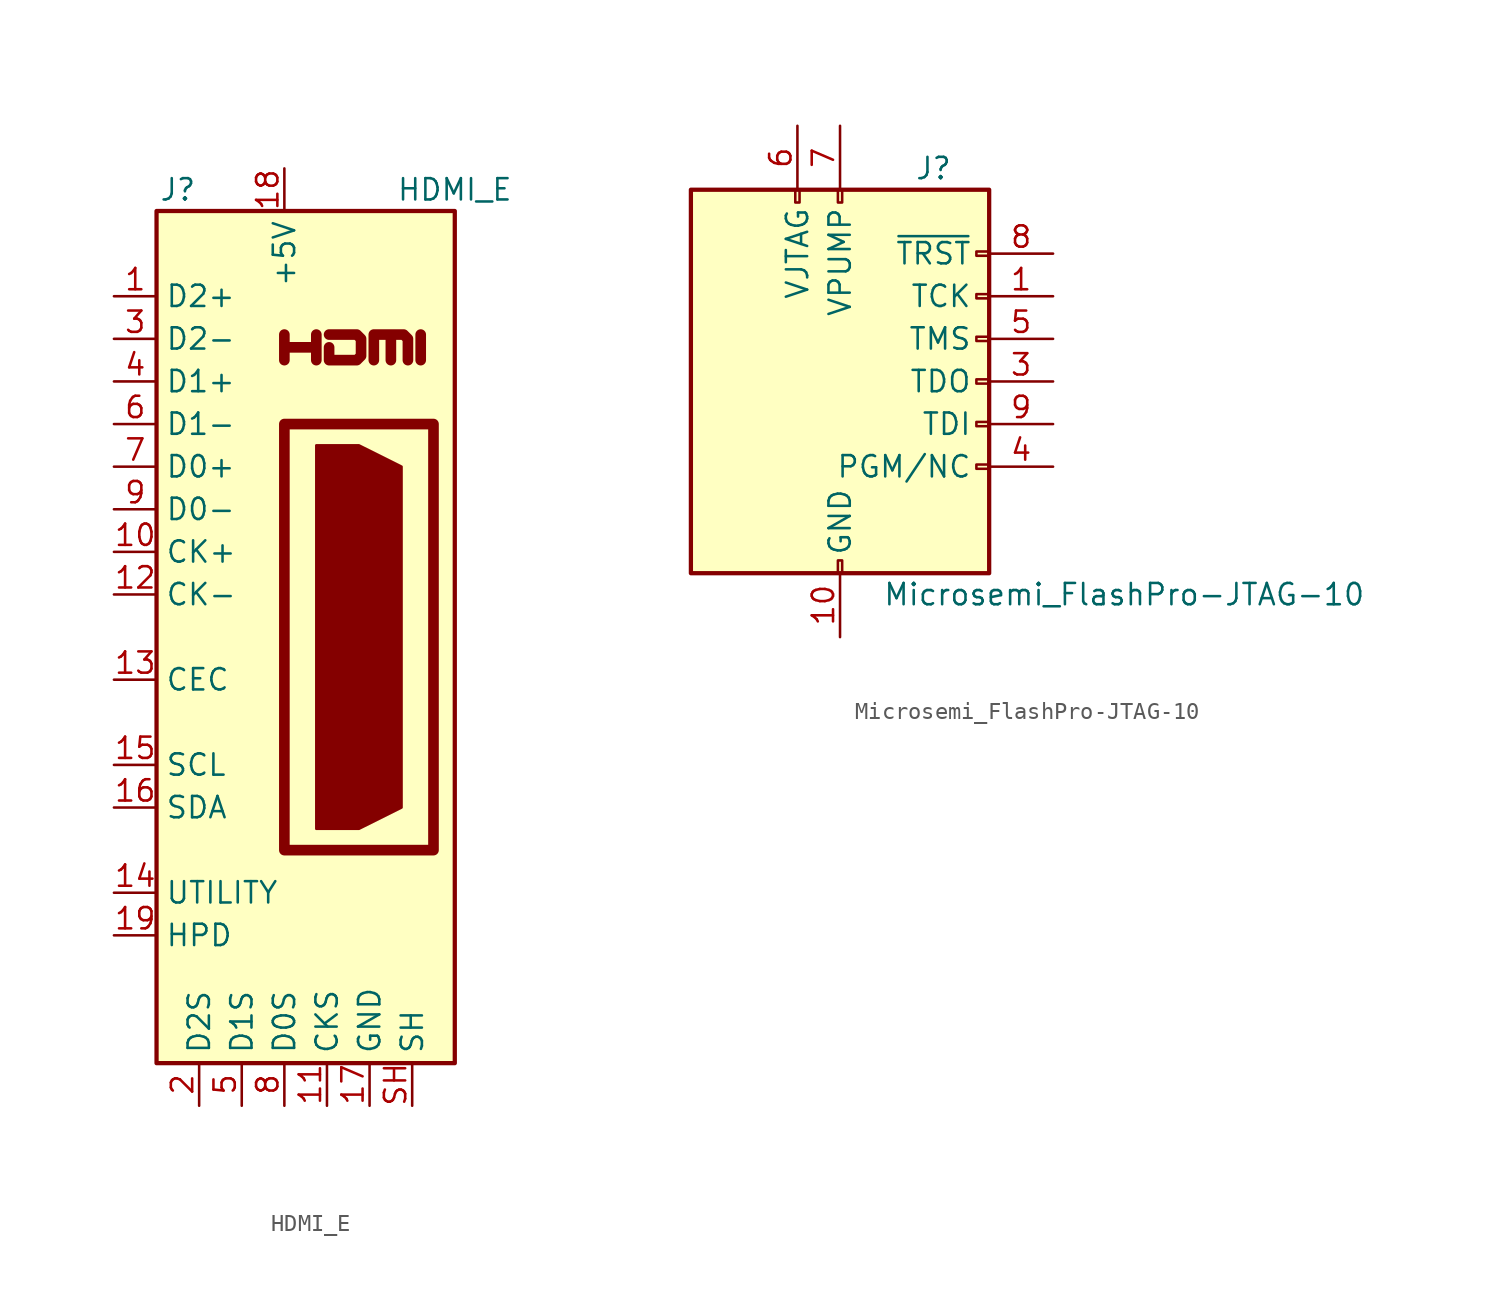
<source format=kicad_sym>
(kicad_symbol_lib
  (version 20200908)
  (generator kicad_symbol_editor)
  (symbol "Connector:HDMI_E"
    (property "Reference" "J"
      (at -6.35 26.67 0)
      (effects (font (size 1.27 1.27))))
    (property "Value" "HDMI_E"
      (at 10.16 26.67 0)
      (effects (font (size 1.27 1.27))))
    (symbol "HDMI_E_0_1"
      (rectangle (start -7.62 25.4) (end 10.16 -25.4) (stroke (width 0.254)) (fill (type background)))
      (rectangle (start 0 12.7) (end 8.89 -12.7) (stroke (width 0.635)) (fill (type none)))
      (polyline (pts (xy 1.905 11.43) (xy 4.445 11.43) (xy 6.985 10.16) (xy 6.985 -10.16) (xy 4.445 -11.43) (xy 1.905 -11.43) (xy 1.905 11.43)) (stroke (width 0)) (fill (type outline)))
      (polyline (pts (xy 5.334 16.51) (xy 5.334 18.034) (xy 6.35 18.034) (xy 6.35 16.51) (xy 6.35 18.034) (xy 7.112 18.034) (xy 7.366 17.78) (xy 7.366 16.51)) (stroke (width 0.635)) (fill (type none))))
    (symbol "HDMI_E_0_0"
      (polyline (pts (xy 8.128 16.51) (xy 8.128 18.034)) (stroke (width 0.635)) (fill (type none)))
      (polyline (pts (xy 0 16.51) (xy 0 18.034) (xy 0 17.272) (xy 1.905 17.272) (xy 1.905 18.034) (xy 1.905 16.51)) (stroke (width 0.635)) (fill (type none)))
      (polyline (pts (xy 2.667 18.034) (xy 4.318 18.034) (xy 4.572 17.78) (xy 4.572 16.764) (xy 4.318 16.51) (xy 2.667 16.51) (xy 2.667 17.272)) (stroke (width 0.635)) (fill (type none))))
    (symbol "HDMI_E_1_1"
      (pin passive line (at -10.16 20.32 0) (length 2.54) (name "D2+" (effects (font (size 1.27 1.27)))) (number "1" (effects (font (size 1.27 1.27)))))
      (pin passive line (at -10.16 5.08 0) (length 2.54) (name "CK+" (effects (font (size 1.27 1.27)))) (number "10" (effects (font (size 1.27 1.27)))))
      (pin power_in line (at 2.54 -27.94 90) (length 2.54) (name "CKS" (effects (font (size 1.27 1.27)))) (number "11" (effects (font (size 1.27 1.27)))))
      (pin passive line (at -10.16 2.54 0) (length 2.54) (name "CK-" (effects (font (size 1.27 1.27)))) (number "12" (effects (font (size 1.27 1.27)))))
      (pin bidirectional line (at -10.16 -2.54 0) (length 2.54) (name "CEC" (effects (font (size 1.27 1.27)))) (number "13" (effects (font (size 1.27 1.27)))))
      (pin passive line (at -10.16 -15.24 0) (length 2.54) (name "UTILITY" (effects (font (size 1.27 1.27)))) (number "14" (effects (font (size 1.27 1.27)))))
      (pin passive line (at -10.16 -7.62 0) (length 2.54) (name "SCL" (effects (font (size 1.27 1.27)))) (number "15" (effects (font (size 1.27 1.27)))))
      (pin bidirectional line (at -10.16 -10.16 0) (length 2.54) (name "SDA" (effects (font (size 1.27 1.27)))) (number "16" (effects (font (size 1.27 1.27)))))
      (pin power_in line (at 5.08 -27.94 90) (length 2.54) (name "GND" (effects (font (size 1.27 1.27)))) (number "17" (effects (font (size 1.27 1.27)))))
      (pin power_in line (at 0 27.94 270) (length 2.54) (name "+5V" (effects (font (size 1.27 1.27)))) (number "18" (effects (font (size 1.27 1.27)))))
      (pin passive line (at -10.16 -17.78 0) (length 2.54) (name "HPD" (effects (font (size 1.27 1.27)))) (number "19" (effects (font (size 1.27 1.27)))))
      (pin power_in line (at -5.08 -27.94 90) (length 2.54) (name "D2S" (effects (font (size 1.27 1.27)))) (number "2" (effects (font (size 1.27 1.27)))))
      (pin passive line (at -10.16 17.78 0) (length 2.54) (name "D2-" (effects (font (size 1.27 1.27)))) (number "3" (effects (font (size 1.27 1.27)))))
      (pin passive line (at -10.16 15.24 0) (length 2.54) (name "D1+" (effects (font (size 1.27 1.27)))) (number "4" (effects (font (size 1.27 1.27)))))
      (pin power_in line (at -2.54 -27.94 90) (length 2.54) (name "D1S" (effects (font (size 1.27 1.27)))) (number "5" (effects (font (size 1.27 1.27)))))
      (pin passive line (at -10.16 12.7 0) (length 2.54) (name "D1-" (effects (font (size 1.27 1.27)))) (number "6" (effects (font (size 1.27 1.27)))))
      (pin passive line (at -10.16 10.16 0) (length 2.54) (name "D0+" (effects (font (size 1.27 1.27)))) (number "7" (effects (font (size 1.27 1.27)))))
      (pin power_in line (at 0 -27.94 90) (length 2.54) (name "D0S" (effects (font (size 1.27 1.27)))) (number "8" (effects (font (size 1.27 1.27)))))
      (pin passive line (at -10.16 7.62 0) (length 2.54) (name "D0-" (effects (font (size 1.27 1.27)))) (number "9" (effects (font (size 1.27 1.27)))))
      (pin passive line (at 7.62 -27.94 90) (length 2.54) (name "SH" (effects (font (size 1.27 1.27)))) (number "SH" (effects (font (size 1.27 1.27)))))))
  (symbol "Connector:Microsemi_FlashPro-JTAG-10"
    (pin_names
      (offset 1.016))
    (property "Reference" "J"
      (at 4.445 12.7 0)
      (effects (font (size 1.27 1.27)) (justify left)))
    (property "Value" "Microsemi_FlashPro-JTAG-10"
      (at 2.54 -12.7 0)
      (effects (font (size 1.27 1.27)) (justify left)))
    (symbol "Microsemi_FlashPro-JTAG-10_0_1"
      (rectangle (start -2.667 11.43) (end -2.413 10.668) (stroke (width 0)) (fill (type none)))
      (rectangle (start -0.127 -10.668) (end 0.127 -11.43) (stroke (width 0)) (fill (type none)))
      (rectangle (start -0.127 11.43) (end 0.127 10.668) (stroke (width 0)) (fill (type none)))
      (rectangle (start 8.89 -4.953) (end 8.128 -5.207) (stroke (width 0)) (fill (type none)))
      (rectangle (start 8.89 -2.413) (end 8.128 -2.667) (stroke (width 0)) (fill (type none)))
      (rectangle (start 8.89 0.127) (end 8.128 -0.127) (stroke (width 0)) (fill (type none)))
      (rectangle (start 8.89 2.667) (end 8.128 2.413) (stroke (width 0)) (fill (type none)))
      (rectangle (start 8.89 5.207) (end 8.128 4.953) (stroke (width 0)) (fill (type none)))
      (rectangle (start 8.89 7.747) (end 8.128 7.493) (stroke (width 0)) (fill (type none)))
      (rectangle (start 8.89 11.43) (end -8.89 -11.43) (stroke (width 0.254)) (fill (type background))))
    (symbol "Microsemi_FlashPro-JTAG-10_1_1"
      (pin passive line (at 12.7 5.08 180) (length 3.81) (name "TCK" (effects (font (size 1.27 1.27)))) (number "1" (effects (font (size 1.27 1.27)))))
      (pin power_in line (at 0 -15.24 90) (length 3.81) (name "GND" (effects (font (size 1.27 1.27)))) (number "10" (effects (font (size 1.27 1.27)))))
      (pin passive line (at 0 -15.24 90) (length 3.81) hide (name "GND" (effects (font (size 1.27 1.27)))) (number "2" (effects (font (size 1.27 1.27)))))
      (pin passive line (at 12.7 0 180) (length 3.81) (name "TDO" (effects (font (size 1.27 1.27)))) (number "3" (effects (font (size 1.27 1.27)))))
      (pin passive line (at 12.7 -5.08 180) (length 3.81) (name "PGM/NC" (effects (font (size 1.27 1.27)))) (number "4" (effects (font (size 1.27 1.27)))))
      (pin passive line (at 12.7 2.54 180) (length 3.81) (name "TMS" (effects (font (size 1.27 1.27)))) (number "5" (effects (font (size 1.27 1.27)))))
      (pin power_in line (at -2.54 15.24 270) (length 3.81) (name "VJTAG" (effects (font (size 1.27 1.27)))) (number "6" (effects (font (size 1.27 1.27)))))
      (pin power_out line (at 0 15.24 270) (length 3.81) (name "VPUMP" (effects (font (size 1.27 1.27)))) (number "7" (effects (font (size 1.27 1.27)))))
      (pin passive line (at 12.7 7.62 180) (length 3.81) (name "~TRST" (effects (font (size 1.27 1.27)))) (number "8" (effects (font (size 1.27 1.27)))))
      (pin passive line (at 12.7 -2.54 180) (length 3.81) (name "TDI" (effects (font (size 1.27 1.27)))) (number "9" (effects (font (size 1.27 1.27))))))))
</source>
